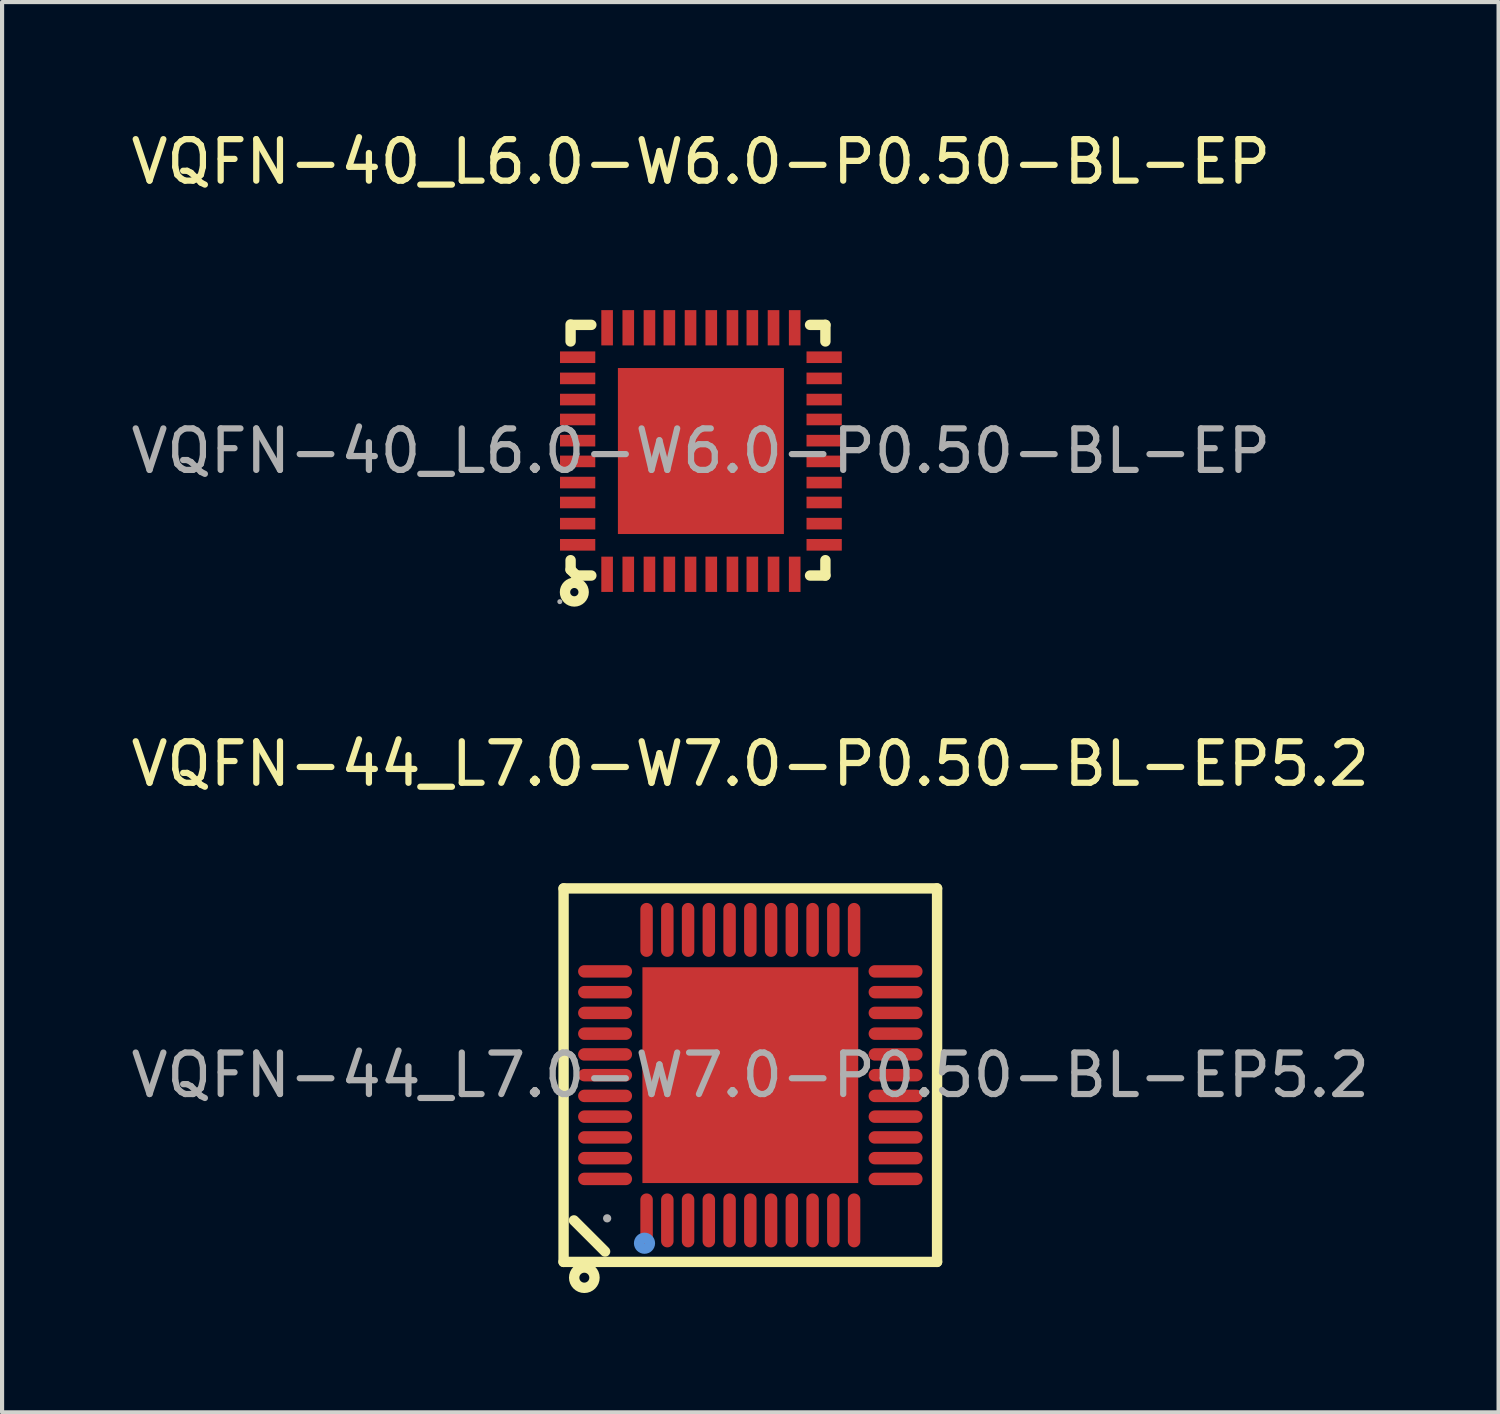
<source format=kicad_pcb>
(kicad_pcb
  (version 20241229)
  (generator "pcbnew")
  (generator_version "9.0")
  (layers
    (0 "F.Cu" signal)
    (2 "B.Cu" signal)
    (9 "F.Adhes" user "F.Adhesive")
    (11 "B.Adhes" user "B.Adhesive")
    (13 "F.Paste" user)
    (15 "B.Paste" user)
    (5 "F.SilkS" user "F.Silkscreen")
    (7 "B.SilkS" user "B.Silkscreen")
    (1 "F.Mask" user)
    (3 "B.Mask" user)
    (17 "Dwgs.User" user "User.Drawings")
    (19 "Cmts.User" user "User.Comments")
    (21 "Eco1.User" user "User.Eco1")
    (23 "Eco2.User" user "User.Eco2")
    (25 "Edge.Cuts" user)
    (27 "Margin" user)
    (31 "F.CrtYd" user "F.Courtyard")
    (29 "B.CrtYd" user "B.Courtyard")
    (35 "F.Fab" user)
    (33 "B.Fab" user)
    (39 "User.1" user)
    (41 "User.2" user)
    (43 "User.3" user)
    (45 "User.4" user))
  (footprint "VQFN-40_L6.0-W6.0-P0.50-BL-EP"
    (layer "F.Cu")
    (at 13.839 7.818)
    (property "Reference" "VQFN-40_L6.0-W6.0-P0.50-BL-EP" (at 0 -6.97 0) (layer "F.SilkS") (effects (font (size 1 1) (thickness 0.15))))
    (attr through_hole)
    (fp_line (start -3.14 -3.05) (end -3.14 -2.64) (stroke (width 0.25) (type solid)) (layer "F.SilkS"))
    (fp_line (start -3.14 2.63) (end -3.14 2.86) (stroke (width 0.25) (type solid)) (layer "F.SilkS"))
    (fp_line (start -3.14 2.86) (end -3 3) (stroke (width 0.25) (type solid)) (layer "F.SilkS"))
    (fp_line (start -3.08 -3.04) (end -2.64 -3.04) (stroke (width 0.25) (type solid)) (layer "F.SilkS"))
    (fp_line (start -3 3) (end -2.64 3) (stroke (width 0.25) (type solid)) (layer "F.SilkS"))
    (fp_line (start 2.63 -3.04) (end 3 -3.04) (stroke (width 0.25) (type solid)) (layer "F.SilkS"))
    (fp_line (start 2.63 3) (end 3 3) (stroke (width 0.25) (type solid)) (layer "F.SilkS"))
    (fp_line (start 3 -2.64) (end 3 -3.04) (stroke (width 0.25) (type solid)) (layer "F.SilkS"))
    (fp_line (start 3 3) (end 3 2.63) (stroke (width 0.25) (type solid)) (layer "F.SilkS"))
    (fp_circle (center -3.05 3.4) (end -2.95 3.4) (stroke (width 0.25) (type solid)) (fill no) (layer "F.SilkS"))
    (fp_circle (center -3.4 3.63) (end -3.37 3.63) (stroke (width 0.06) (type solid)) (fill no) (layer "F.Fab"))
    (fp_text user "${REFERENCE}" (at 0 0 0) (layer "F.Fab") (effects (font (size 1 1) (thickness 0.15))))
    (pad "1" smd rect (at -2.26 2.97 90) (size 0.85 0.28) (layers "F.Cu" "F.Mask" "F.Paste"))
    (pad "2" smd rect (at -1.75 2.97 90) (size 0.85 0.28) (layers "F.Cu" "F.Mask" "F.Paste"))
    (pad "3" smd rect (at -1.24 2.97 90) (size 0.85 0.28) (layers "F.Cu" "F.Mask" "F.Paste"))
    (pad "4" smd rect (at -0.76 2.97 90) (size 0.85 0.28) (layers "F.Cu" "F.Mask" "F.Paste"))
    (pad "5" smd rect (at -0.25 2.97 90) (size 0.85 0.28) (layers "F.Cu" "F.Mask" "F.Paste"))
    (pad "6" smd rect (at 0.25 2.97 90) (size 0.85 0.28) (layers "F.Cu" "F.Mask" "F.Paste"))
    (pad "7" smd rect (at 0.76 2.97 90) (size 0.85 0.28) (layers "F.Cu" "F.Mask" "F.Paste"))
    (pad "8" smd rect (at 1.24 2.97 90) (size 0.85 0.28) (layers "F.Cu" "F.Mask" "F.Paste"))
    (pad "9" smd rect (at 1.75 2.97 90) (size 0.85 0.28) (layers "F.Cu" "F.Mask" "F.Paste"))
    (pad "10" smd rect (at 2.26 2.97 90) (size 0.85 0.28) (layers "F.Cu" "F.Mask" "F.Paste"))
    (pad "11" smd rect (at 2.97 2.26 180) (size 0.85 0.28) (layers "F.Cu" "F.Mask" "F.Paste"))
    (pad "12" smd rect (at 2.97 1.75 180) (size 0.85 0.28) (layers "F.Cu" "F.Mask" "F.Paste"))
    (pad "13" smd rect (at 2.97 1.24 180) (size 0.85 0.28) (layers "F.Cu" "F.Mask" "F.Paste"))
    (pad "14" smd rect (at 2.97 0.76 180) (size 0.85 0.28) (layers "F.Cu" "F.Mask" "F.Paste"))
    (pad "15" smd rect (at 2.97 0.25 180) (size 0.85 0.28) (layers "F.Cu" "F.Mask" "F.Paste"))
    (pad "16" smd rect (at 2.97 -0.25 180) (size 0.85 0.28) (layers "F.Cu" "F.Mask" "F.Paste"))
    (pad "17" smd rect (at 2.97 -0.76 180) (size 0.85 0.28) (layers "F.Cu" "F.Mask" "F.Paste"))
    (pad "18" smd rect (at 2.97 -1.24 180) (size 0.85 0.28) (layers "F.Cu" "F.Mask" "F.Paste"))
    (pad "19" smd rect (at 2.97 -1.75 180) (size 0.85 0.28) (layers "F.Cu" "F.Mask" "F.Paste"))
    (pad "20" smd rect (at 2.97 -2.26 180) (size 0.85 0.28) (layers "F.Cu" "F.Mask" "F.Paste"))
    (pad "21" smd rect (at 2.26 -2.97 270) (size 0.85 0.28) (layers "F.Cu" "F.Mask" "F.Paste"))
    (pad "22" smd rect (at 1.75 -2.97 270) (size 0.85 0.28) (layers "F.Cu" "F.Mask" "F.Paste"))
    (pad "23" smd rect (at 1.24 -2.97 270) (size 0.85 0.28) (layers "F.Cu" "F.Mask" "F.Paste"))
    (pad "24" smd rect (at 0.76 -2.97 270) (size 0.85 0.28) (layers "F.Cu" "F.Mask" "F.Paste"))
    (pad "25" smd rect (at 0.25 -2.97 270) (size 0.85 0.28) (layers "F.Cu" "F.Mask" "F.Paste"))
    (pad "26" smd rect (at -0.25 -2.97 270) (size 0.85 0.28) (layers "F.Cu" "F.Mask" "F.Paste"))
    (pad "27" smd rect (at -0.76 -2.97 270) (size 0.85 0.28) (layers "F.Cu" "F.Mask" "F.Paste"))
    (pad "28" smd rect (at -1.24 -2.97 270) (size 0.85 0.28) (layers "F.Cu" "F.Mask" "F.Paste"))
    (pad "29" smd rect (at -1.75 -2.97 270) (size 0.85 0.28) (layers "F.Cu" "F.Mask" "F.Paste"))
    (pad "30" smd rect (at -2.26 -2.97 270) (size 0.85 0.28) (layers "F.Cu" "F.Mask" "F.Paste"))
    (pad "31" smd rect (at -2.97 -2.26) (size 0.85 0.28) (layers "F.Cu" "F.Mask" "F.Paste"))
    (pad "32" smd rect (at -2.97 -1.75) (size 0.85 0.28) (layers "F.Cu" "F.Mask" "F.Paste"))
    (pad "33" smd rect (at -2.97 -1.24) (size 0.85 0.28) (layers "F.Cu" "F.Mask" "F.Paste"))
    (pad "34" smd rect (at -2.97 -0.76) (size 0.85 0.28) (layers "F.Cu" "F.Mask" "F.Paste"))
    (pad "35" smd rect (at -2.97 -0.25) (size 0.85 0.28) (layers "F.Cu" "F.Mask" "F.Paste"))
    (pad "36" smd rect (at -2.97 0.25) (size 0.85 0.28) (layers "F.Cu" "F.Mask" "F.Paste"))
    (pad "37" smd rect (at -2.97 0.76) (size 0.85 0.28) (layers "F.Cu" "F.Mask" "F.Paste"))
    (pad "38" smd rect (at -2.97 1.24) (size 0.85 0.28) (layers "F.Cu" "F.Mask" "F.Paste"))
    (pad "39" smd rect (at -2.97 1.75) (size 0.85 0.28) (layers "F.Cu" "F.Mask" "F.Paste"))
    (pad "40" smd rect (at -2.97 2.26) (size 0.85 0.28) (layers "F.Cu" "F.Mask" "F.Paste"))
    (pad "41" smd rect (at 0 0 90) (size 4 4) (layers "F.Cu" "F.Mask" "F.Paste")))
  (footprint "VQFN-44_L7.0-W7.0-P0.50-BL-EP5.2"
    (layer "F.Cu")
    (at 15.03 22.857)
    (property "Reference" "VQFN-44_L7.0-W7.0-P0.50-BL-EP5.2" (at 0 -7.5 0) (layer "F.SilkS") (effects (font (size 1 1) (thickness 0.15))))
    (attr through_hole)
    (fp_line (start -4.5 -4.5) (end -4.5 4.5) (stroke (width 0.25) (type solid)) (layer "F.SilkS"))
    (fp_line (start -4.5 4.5) (end 4.5 4.5) (stroke (width 0.25) (type solid)) (layer "F.SilkS"))
    (fp_line (start -3.5 4.25) (end -4.25 3.5) (stroke (width 0.25) (type solid)) (layer "F.SilkS"))
    (fp_line (start 4.5 -4.5) (end -4.5 -4.5) (stroke (width 0.25) (type solid)) (layer "F.SilkS"))
    (fp_line (start 4.5 4.5) (end 4.5 -4.5) (stroke (width 0.25) (type solid)) (layer "F.SilkS"))
    (fp_circle (center -4 4.88) (end -3.88 4.88) (stroke (width 0.25) (type solid)) (fill no) (layer "F.SilkS"))
    (fp_circle (center -2.55 4.05) (end -2.42 4.05) (stroke (width 0.25) (type solid)) (fill no) (layer "Cmts.User"))
    (fp_circle (center -3.45 3.45) (end -3.4 3.45) (stroke (width 0.1) (type solid)) (fill no) (layer "F.Fab"))
    (fp_text user "${REFERENCE}" (at 0 0 0) (layer "F.Fab") (effects (font (size 1 1) (thickness 0.15))))
    (pad "1" smd oval (at -2.5 3.5 90) (size 1.3 0.3) (layers "F.Cu" "F.Mask" "F.Paste"))
    (pad "2" smd oval (at -2 3.5 90) (size 1.3 0.3) (layers "F.Cu" "F.Mask" "F.Paste"))
    (pad "3" smd oval (at -1.5 3.5 90) (size 1.3 0.3) (layers "F.Cu" "F.Mask" "F.Paste"))
    (pad "4" smd oval (at -1 3.5 90) (size 1.3 0.3) (layers "F.Cu" "F.Mask" "F.Paste"))
    (pad "5" smd oval (at -0.5 3.5 90) (size 1.3 0.3) (layers "F.Cu" "F.Mask" "F.Paste"))
    (pad "6" smd oval (at 0 3.5 90) (size 1.3 0.3) (layers "F.Cu" "F.Mask" "F.Paste"))
    (pad "7" smd oval (at 0.5 3.5 90) (size 1.3 0.3) (layers "F.Cu" "F.Mask" "F.Paste"))
    (pad "8" smd oval (at 1 3.5 90) (size 1.3 0.3) (layers "F.Cu" "F.Mask" "F.Paste"))
    (pad "9" smd oval (at 1.5 3.5 90) (size 1.3 0.3) (layers "F.Cu" "F.Mask" "F.Paste"))
    (pad "10" smd oval (at 2 3.5 90) (size 1.3 0.3) (layers "F.Cu" "F.Mask" "F.Paste"))
    (pad "11" smd oval (at 2.5 3.5 90) (size 1.3 0.3) (layers "F.Cu" "F.Mask" "F.Paste"))
    (pad "12" smd oval (at 3.5 2.5 90) (size 0.3 1.3) (layers "F.Cu" "F.Mask" "F.Paste"))
    (pad "13" smd oval (at 3.5 2 90) (size 0.3 1.3) (layers "F.Cu" "F.Mask" "F.Paste"))
    (pad "14" smd oval (at 3.5 1.5 90) (size 0.3 1.3) (layers "F.Cu" "F.Mask" "F.Paste"))
    (pad "15" smd oval (at 3.5 1 90) (size 0.3 1.3) (layers "F.Cu" "F.Mask" "F.Paste"))
    (pad "16" smd oval (at 3.5 0.5 90) (size 0.3 1.3) (layers "F.Cu" "F.Mask" "F.Paste"))
    (pad "17" smd oval (at 3.5 0 90) (size 0.3 1.3) (layers "F.Cu" "F.Mask" "F.Paste"))
    (pad "18" smd oval (at 3.5 -0.5 90) (size 0.3 1.3) (layers "F.Cu" "F.Mask" "F.Paste"))
    (pad "19" smd oval (at 3.5 -1 90) (size 0.3 1.3) (layers "F.Cu" "F.Mask" "F.Paste"))
    (pad "20" smd oval (at 3.5 -1.5 90) (size 0.3 1.3) (layers "F.Cu" "F.Mask" "F.Paste"))
    (pad "21" smd oval (at 3.5 -2 90) (size 0.3 1.3) (layers "F.Cu" "F.Mask" "F.Paste"))
    (pad "22" smd oval (at 3.5 -2.5 90) (size 0.3 1.3) (layers "F.Cu" "F.Mask" "F.Paste"))
    (pad "23" smd oval (at 2.5 -3.5 90) (size 1.3 0.3) (layers "F.Cu" "F.Mask" "F.Paste"))
    (pad "24" smd oval (at 2 -3.5 90) (size 1.3 0.3) (layers "F.Cu" "F.Mask" "F.Paste"))
    (pad "25" smd oval (at 1.5 -3.5 90) (size 1.3 0.3) (layers "F.Cu" "F.Mask" "F.Paste"))
    (pad "26" smd oval (at 1 -3.5 90) (size 1.3 0.3) (layers "F.Cu" "F.Mask" "F.Paste"))
    (pad "27" smd oval (at 0.5 -3.5 90) (size 1.3 0.3) (layers "F.Cu" "F.Mask" "F.Paste"))
    (pad "28" smd oval (at 0 -3.5 90) (size 1.3 0.3) (layers "F.Cu" "F.Mask" "F.Paste"))
    (pad "29" smd oval (at -0.5 -3.5 90) (size 1.3 0.3) (layers "F.Cu" "F.Mask" "F.Paste"))
    (pad "30" smd oval (at -1 -3.5 90) (size 1.3 0.3) (layers "F.Cu" "F.Mask" "F.Paste"))
    (pad "31" smd oval (at -1.5 -3.5 90) (size 1.3 0.3) (layers "F.Cu" "F.Mask" "F.Paste"))
    (pad "32" smd oval (at -2 -3.5 90) (size 1.3 0.3) (layers "F.Cu" "F.Mask" "F.Paste"))
    (pad "33" smd oval (at -2.5 -3.5 90) (size 1.3 0.3) (layers "F.Cu" "F.Mask" "F.Paste"))
    (pad "34" smd oval (at -3.5 -2.5 90) (size 0.3 1.3) (layers "F.Cu" "F.Mask" "F.Paste"))
    (pad "35" smd oval (at -3.5 -2 90) (size 0.3 1.3) (layers "F.Cu" "F.Mask" "F.Paste"))
    (pad "36" smd oval (at -3.5 -1.5 90) (size 0.3 1.3) (layers "F.Cu" "F.Mask" "F.Paste"))
    (pad "37" smd oval (at -3.5 -1 90) (size 0.3 1.3) (layers "F.Cu" "F.Mask" "F.Paste"))
    (pad "38" smd oval (at -3.5 -0.5 90) (size 0.3 1.3) (layers "F.Cu" "F.Mask" "F.Paste"))
    (pad "39" smd oval (at -3.5 0 90) (size 0.3 1.3) (layers "F.Cu" "F.Mask" "F.Paste"))
    (pad "40" smd oval (at -3.5 0.5 90) (size 0.3 1.3) (layers "F.Cu" "F.Mask" "F.Paste"))
    (pad "41" smd oval (at -3.5 1 90) (size 0.3 1.3) (layers "F.Cu" "F.Mask" "F.Paste"))
    (pad "42" smd oval (at -3.5 1.5 90) (size 0.3 1.3) (layers "F.Cu" "F.Mask" "F.Paste"))
    (pad "43" smd oval (at -3.5 2 90) (size 0.3 1.3) (layers "F.Cu" "F.Mask" "F.Paste"))
    (pad "44" smd oval (at -3.5 2.5 90) (size 0.3 1.3) (layers "F.Cu" "F.Mask" "F.Paste"))
    (pad "45" smd rect (at 0 0 90) (size 5.2 5.2) (layers "F.Cu" "F.Mask" "F.Paste")))
  (gr_rect
    (start -3 -3)
    (end 33.06 30.982)
    (stroke (width 0.1) (type default))
    (fill no)
    (layer "Edge.Cuts")))
</source>
